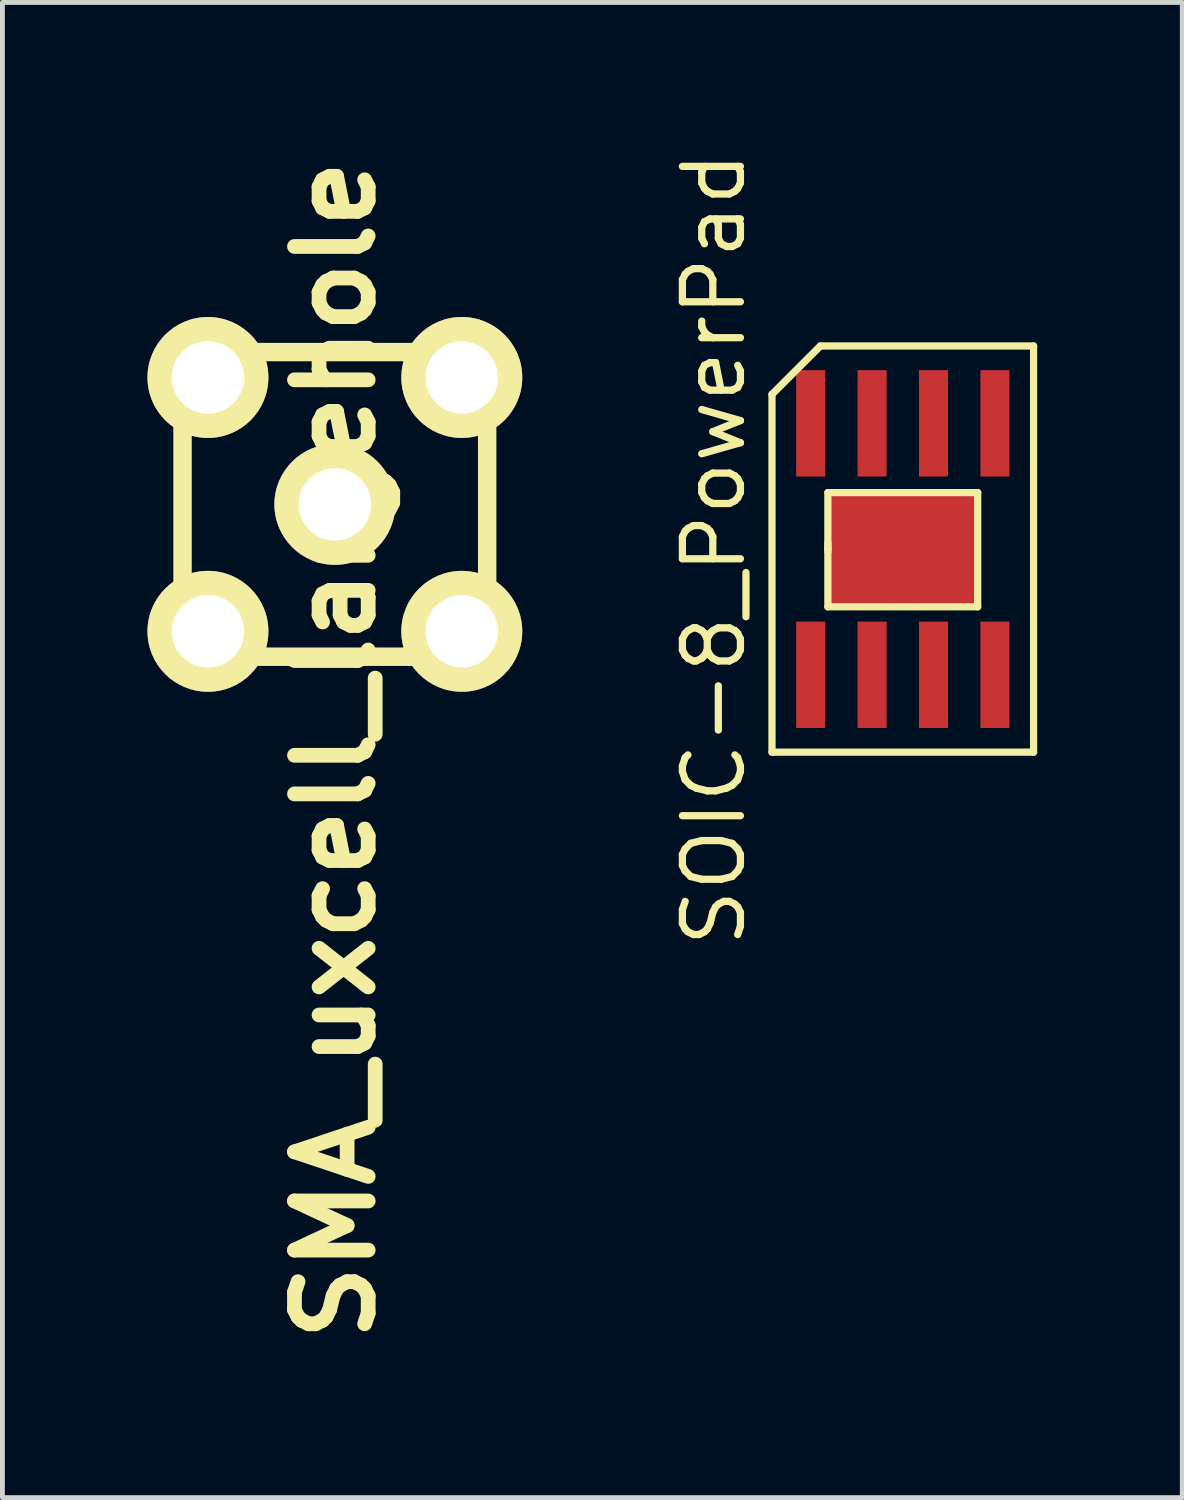
<source format=kicad_pcb>
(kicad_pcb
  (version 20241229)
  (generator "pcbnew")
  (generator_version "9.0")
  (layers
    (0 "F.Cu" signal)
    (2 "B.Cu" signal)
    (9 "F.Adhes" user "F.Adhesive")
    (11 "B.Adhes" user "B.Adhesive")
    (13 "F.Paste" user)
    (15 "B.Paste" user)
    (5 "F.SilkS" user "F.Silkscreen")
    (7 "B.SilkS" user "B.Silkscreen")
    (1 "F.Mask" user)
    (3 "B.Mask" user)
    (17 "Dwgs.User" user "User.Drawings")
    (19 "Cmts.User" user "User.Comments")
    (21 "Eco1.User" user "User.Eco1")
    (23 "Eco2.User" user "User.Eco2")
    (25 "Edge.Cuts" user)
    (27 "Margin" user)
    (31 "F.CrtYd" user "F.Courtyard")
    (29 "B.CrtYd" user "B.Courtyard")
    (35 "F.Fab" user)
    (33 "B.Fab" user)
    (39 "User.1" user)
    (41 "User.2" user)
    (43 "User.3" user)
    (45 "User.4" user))
  (footprint "SMA_uxcell_largehole"
    (layer "F.Cu")
    (at 3.875 7.381)
    (property "Reference" "SMA_uxcell_largehole" (at 0 5.08 90) (layer "F.SilkS") (effects (font (size 1.524 1.524) (thickness 0.305))))
    (attr through_hole)
    (fp_line (start -3.15 -3.15) (end 3.15 -3.15) (stroke (width 0.381) (type solid)) (layer "F.SilkS"))
    (fp_line (start -3.15 3.15) (end -3.15 -3.15) (stroke (width 0.381) (type solid)) (layer "F.SilkS"))
    (fp_line (start 3.15 -3.15) (end 3.15 3.15) (stroke (width 0.381) (type solid)) (layer "F.SilkS"))
    (fp_line (start 3.15 3.15) (end -3.15 3.15) (stroke (width 0.381) (type solid)) (layer "F.SilkS"))
    (pad "1" thru_hole circle (at 0 0) (size 2.5 2.5) (drill 1.5) (layers "*.Cu" "*.Mask" "F.SilkS"))
    (pad "2" thru_hole circle (at -2.625 -2.625) (size 2.5 2.5) (drill 1.5) (layers "*.Cu" "*.Mask" "F.SilkS"))
    (pad "2" thru_hole circle (at -2.625 2.625) (size 2.5 2.5) (drill 1.5) (layers "*.Cu" "*.Mask" "F.SilkS"))
    (pad "2" thru_hole circle (at 2.625 -2.625) (size 2.5 2.5) (drill 1.5) (layers "*.Cu" "*.Mask" "F.SilkS"))
    (pad "2" thru_hole circle (at 2.625 2.625) (size 2.5 2.5) (drill 1.5) (layers "*.Cu" "*.Mask" "F.SilkS")))
  (footprint "SOIC-8_PowerPad"
    (layer "F.Cu")
    (at 15.62 8.305)
    (property "Reference" "SOIC-8_PowerPad" (at -3.905 0 90) (layer "F.SilkS") (effects (font (size 1.2 1.2) (thickness 0.15))))
    (attr through_hole)
    (fp_line (start -2.705 -3.2) (end -2.705 4.2) (stroke (width 0.15) (type solid)) (layer "F.SilkS"))
    (fp_line (start -2.705 4.2) (end 2.705 4.2) (stroke (width 0.15) (type solid)) (layer "F.SilkS"))
    (fp_line (start -1.705 -4.2) (end -2.705 -3.2) (stroke (width 0.15) (type solid)) (layer "F.SilkS"))
    (fp_line (start -1.549 -1.168) (end 1.549 -1.168) (stroke (width 0.15) (type solid)) (layer "F.SilkS"))
    (fp_line (start -1.549 0) (end -1.549 -1.168) (stroke (width 0.15) (type solid)) (layer "F.SilkS"))
    (fp_line (start -1.549 0) (end -1.549 -0.127) (stroke (width 0.15) (type solid)) (layer "F.SilkS"))
    (fp_line (start -1.549 0.051) (end -1.549 0) (stroke (width 0.15) (type solid)) (layer "F.SilkS"))
    (fp_line (start -1.549 1.194) (end -1.549 0.051) (stroke (width 0.15) (type solid)) (layer "F.SilkS"))
    (fp_line (start 1.549 -1.168) (end 1.549 1.194) (stroke (width 0.15) (type solid)) (layer "F.SilkS"))
    (fp_line (start 1.549 1.194) (end -1.549 1.194) (stroke (width 0.15) (type solid)) (layer "F.SilkS"))
    (fp_line (start 2.705 -4.2) (end -1.705 -4.2) (stroke (width 0.15) (type solid)) (layer "F.SilkS"))
    (fp_line (start 2.705 4.2) (end 2.705 -4.2) (stroke (width 0.15) (type solid)) (layer "F.SilkS"))
    (pad "1" smd rect (at -1.905 2.6) (size 0.6 2.2) (layers "F.Cu" "F.Mask" "F.Paste"))
    (pad "1" smd rect (at 0 0) (size 3.1 2.4) (layers "F.Cu" "F.Mask" "F.Paste"))
    (pad "2" smd rect (at -0.635 2.6) (size 0.6 2.2) (layers "F.Cu" "F.Mask" "F.Paste"))
    (pad "3" smd rect (at 0.635 2.6) (size 0.6 2.2) (layers "F.Cu" "F.Mask" "F.Paste"))
    (pad "4" smd rect (at 1.905 2.6) (size 0.6 2.2) (layers "F.Cu" "F.Mask" "F.Paste"))
    (pad "5" smd rect (at 1.905 -2.6) (size 0.6 2.2) (layers "F.Cu" "F.Mask" "F.Paste"))
    (pad "6" smd rect (at 0.635 -2.6) (size 0.6 2.2) (layers "F.Cu" "F.Mask" "F.Paste"))
    (pad "7" smd rect (at -0.635 -2.6) (size 0.6 2.2) (layers "F.Cu" "F.Mask" "F.Paste"))
    (pad "8" smd rect (at -1.905 -2.6) (size 0.6 2.2) (layers "F.Cu" "F.Mask" "F.Paste")))
  (gr_rect
    (start -3 -3)
    (end 21.4 27.921)
    (stroke (width 0.1) (type default))
    (fill no)
    (layer "Edge.Cuts")))
</source>
